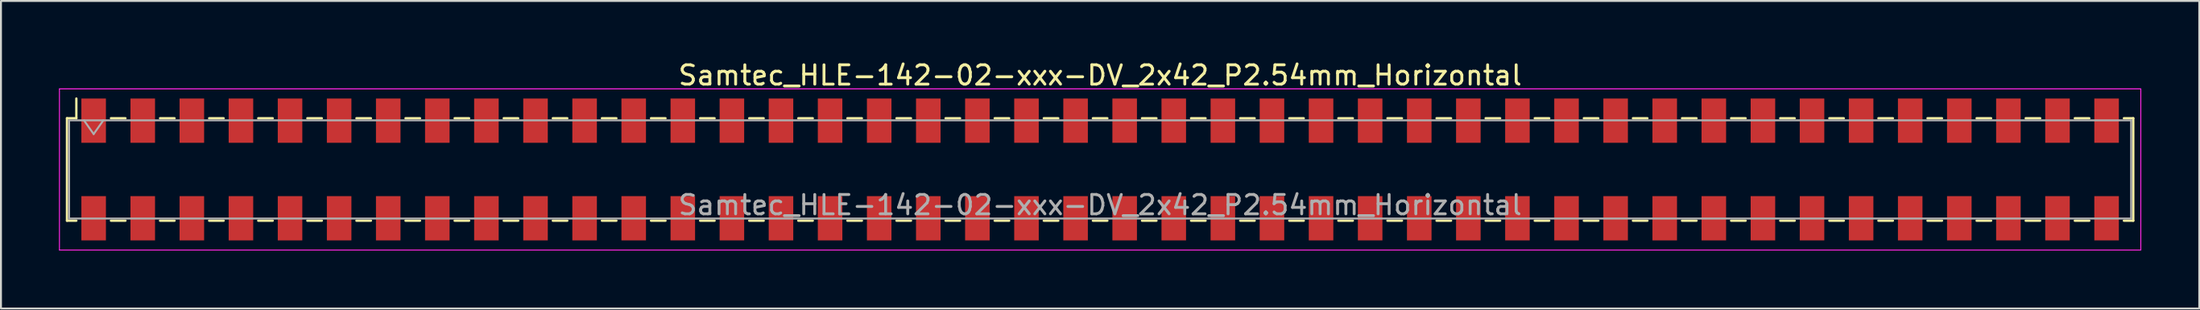
<source format=kicad_pcb>
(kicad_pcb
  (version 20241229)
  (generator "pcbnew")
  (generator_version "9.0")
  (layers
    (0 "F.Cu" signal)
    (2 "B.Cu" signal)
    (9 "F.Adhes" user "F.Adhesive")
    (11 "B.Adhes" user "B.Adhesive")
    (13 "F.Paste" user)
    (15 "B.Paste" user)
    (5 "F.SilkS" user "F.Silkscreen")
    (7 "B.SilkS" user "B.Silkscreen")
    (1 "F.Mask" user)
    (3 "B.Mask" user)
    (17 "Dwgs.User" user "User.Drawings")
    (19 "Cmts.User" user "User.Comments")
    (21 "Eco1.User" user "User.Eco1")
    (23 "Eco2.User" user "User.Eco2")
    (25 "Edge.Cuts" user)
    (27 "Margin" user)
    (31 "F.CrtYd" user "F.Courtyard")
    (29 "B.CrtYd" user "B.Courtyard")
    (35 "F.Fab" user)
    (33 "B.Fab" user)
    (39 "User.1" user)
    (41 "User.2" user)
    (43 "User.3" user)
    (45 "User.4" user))
  (footprint "Samtec_HLE-142-02-xxx-DV_2x42_P2.54mm_Horizontal"
    (layer "F.Cu")
    (at 53.865 5.718)
    (property "Reference" "Samtec_HLE-142-02-xxx-DV_2x42_P2.54mm_Horizontal" (at 0 -4.87 0) (layer "F.SilkS") (effects (font (size 1 1) (thickness 0.15))))
    (attr smd)
    (fp_line (start -53.45 -2.65) (end -53.45 2.65) (stroke (width 0.12) (type solid)) (layer "F.SilkS"))
    (fp_line (start -53.45 2.65) (end -52.965 2.65) (stroke (width 0.12) (type solid)) (layer "F.SilkS"))
    (fp_line (start -52.965 -3.67) (end -52.965 -2.65) (stroke (width 0.12) (type solid)) (layer "F.SilkS"))
    (fp_line (start -52.965 -2.65) (end -53.45 -2.65) (stroke (width 0.12) (type solid)) (layer "F.SilkS"))
    (fp_line (start -51.175 -2.65) (end -50.425 -2.65) (stroke (width 0.12) (type solid)) (layer "F.SilkS"))
    (fp_line (start -51.175 2.65) (end -50.425 2.65) (stroke (width 0.12) (type solid)) (layer "F.SilkS"))
    (fp_line (start -48.635 -2.65) (end -47.885 -2.65) (stroke (width 0.12) (type solid)) (layer "F.SilkS"))
    (fp_line (start -48.635 2.65) (end -47.885 2.65) (stroke (width 0.12) (type solid)) (layer "F.SilkS"))
    (fp_line (start -46.095 -2.65) (end -45.345 -2.65) (stroke (width 0.12) (type solid)) (layer "F.SilkS"))
    (fp_line (start -46.095 2.65) (end -45.345 2.65) (stroke (width 0.12) (type solid)) (layer "F.SilkS"))
    (fp_line (start -43.555 -2.65) (end -42.805 -2.65) (stroke (width 0.12) (type solid)) (layer "F.SilkS"))
    (fp_line (start -43.555 2.65) (end -42.805 2.65) (stroke (width 0.12) (type solid)) (layer "F.SilkS"))
    (fp_line (start -41.015 -2.65) (end -40.265 -2.65) (stroke (width 0.12) (type solid)) (layer "F.SilkS"))
    (fp_line (start -41.015 2.65) (end -40.265 2.65) (stroke (width 0.12) (type solid)) (layer "F.SilkS"))
    (fp_line (start -38.475 -2.65) (end -37.725 -2.65) (stroke (width 0.12) (type solid)) (layer "F.SilkS"))
    (fp_line (start -38.475 2.65) (end -37.725 2.65) (stroke (width 0.12) (type solid)) (layer "F.SilkS"))
    (fp_line (start -35.935 -2.65) (end -35.185 -2.65) (stroke (width 0.12) (type solid)) (layer "F.SilkS"))
    (fp_line (start -35.935 2.65) (end -35.185 2.65) (stroke (width 0.12) (type solid)) (layer "F.SilkS"))
    (fp_line (start -33.395 -2.65) (end -32.645 -2.65) (stroke (width 0.12) (type solid)) (layer "F.SilkS"))
    (fp_line (start -33.395 2.65) (end -32.645 2.65) (stroke (width 0.12) (type solid)) (layer "F.SilkS"))
    (fp_line (start -30.855 -2.65) (end -30.105 -2.65) (stroke (width 0.12) (type solid)) (layer "F.SilkS"))
    (fp_line (start -30.855 2.65) (end -30.105 2.65) (stroke (width 0.12) (type solid)) (layer "F.SilkS"))
    (fp_line (start -28.315 -2.65) (end -27.565 -2.65) (stroke (width 0.12) (type solid)) (layer "F.SilkS"))
    (fp_line (start -28.315 2.65) (end -27.565 2.65) (stroke (width 0.12) (type solid)) (layer "F.SilkS"))
    (fp_line (start -25.775 -2.65) (end -25.025 -2.65) (stroke (width 0.12) (type solid)) (layer "F.SilkS"))
    (fp_line (start -25.775 2.65) (end -25.025 2.65) (stroke (width 0.12) (type solid)) (layer "F.SilkS"))
    (fp_line (start -23.235 -2.65) (end -22.485 -2.65) (stroke (width 0.12) (type solid)) (layer "F.SilkS"))
    (fp_line (start -23.235 2.65) (end -22.485 2.65) (stroke (width 0.12) (type solid)) (layer "F.SilkS"))
    (fp_line (start -20.695 -2.65) (end -19.945 -2.65) (stroke (width 0.12) (type solid)) (layer "F.SilkS"))
    (fp_line (start -20.695 2.65) (end -19.945 2.65) (stroke (width 0.12) (type solid)) (layer "F.SilkS"))
    (fp_line (start -18.155 -2.65) (end -17.405 -2.65) (stroke (width 0.12) (type solid)) (layer "F.SilkS"))
    (fp_line (start -18.155 2.65) (end -17.405 2.65) (stroke (width 0.12) (type solid)) (layer "F.SilkS"))
    (fp_line (start -15.615 -2.65) (end -14.865 -2.65) (stroke (width 0.12) (type solid)) (layer "F.SilkS"))
    (fp_line (start -15.615 2.65) (end -14.865 2.65) (stroke (width 0.12) (type solid)) (layer "F.SilkS"))
    (fp_line (start -13.075 -2.65) (end -12.325 -2.65) (stroke (width 0.12) (type solid)) (layer "F.SilkS"))
    (fp_line (start -13.075 2.65) (end -12.325 2.65) (stroke (width 0.12) (type solid)) (layer "F.SilkS"))
    (fp_line (start -10.535 -2.65) (end -9.785 -2.65) (stroke (width 0.12) (type solid)) (layer "F.SilkS"))
    (fp_line (start -10.535 2.65) (end -9.785 2.65) (stroke (width 0.12) (type solid)) (layer "F.SilkS"))
    (fp_line (start -7.995 -2.65) (end -7.245 -2.65) (stroke (width 0.12) (type solid)) (layer "F.SilkS"))
    (fp_line (start -7.995 2.65) (end -7.245 2.65) (stroke (width 0.12) (type solid)) (layer "F.SilkS"))
    (fp_line (start -5.455 -2.65) (end -4.705 -2.65) (stroke (width 0.12) (type solid)) (layer "F.SilkS"))
    (fp_line (start -5.455 2.65) (end -4.705 2.65) (stroke (width 0.12) (type solid)) (layer "F.SilkS"))
    (fp_line (start -2.915 -2.65) (end -2.165 -2.65) (stroke (width 0.12) (type solid)) (layer "F.SilkS"))
    (fp_line (start -2.915 2.65) (end -2.165 2.65) (stroke (width 0.12) (type solid)) (layer "F.SilkS"))
    (fp_line (start -0.375 -2.65) (end 0.375 -2.65) (stroke (width 0.12) (type solid)) (layer "F.SilkS"))
    (fp_line (start -0.375 2.65) (end 0.375 2.65) (stroke (width 0.12) (type solid)) (layer "F.SilkS"))
    (fp_line (start 2.165 -2.65) (end 2.915 -2.65) (stroke (width 0.12) (type solid)) (layer "F.SilkS"))
    (fp_line (start 2.165 2.65) (end 2.915 2.65) (stroke (width 0.12) (type solid)) (layer "F.SilkS"))
    (fp_line (start 4.705 -2.65) (end 5.455 -2.65) (stroke (width 0.12) (type solid)) (layer "F.SilkS"))
    (fp_line (start 4.705 2.65) (end 5.455 2.65) (stroke (width 0.12) (type solid)) (layer "F.SilkS"))
    (fp_line (start 7.245 -2.65) (end 7.995 -2.65) (stroke (width 0.12) (type solid)) (layer "F.SilkS"))
    (fp_line (start 7.245 2.65) (end 7.995 2.65) (stroke (width 0.12) (type solid)) (layer "F.SilkS"))
    (fp_line (start 9.785 -2.65) (end 10.535 -2.65) (stroke (width 0.12) (type solid)) (layer "F.SilkS"))
    (fp_line (start 9.785 2.65) (end 10.535 2.65) (stroke (width 0.12) (type solid)) (layer "F.SilkS"))
    (fp_line (start 12.325 -2.65) (end 13.075 -2.65) (stroke (width 0.12) (type solid)) (layer "F.SilkS"))
    (fp_line (start 12.325 2.65) (end 13.075 2.65) (stroke (width 0.12) (type solid)) (layer "F.SilkS"))
    (fp_line (start 14.865 -2.65) (end 15.615 -2.65) (stroke (width 0.12) (type solid)) (layer "F.SilkS"))
    (fp_line (start 14.865 2.65) (end 15.615 2.65) (stroke (width 0.12) (type solid)) (layer "F.SilkS"))
    (fp_line (start 17.405 -2.65) (end 18.155 -2.65) (stroke (width 0.12) (type solid)) (layer "F.SilkS"))
    (fp_line (start 17.405 2.65) (end 18.155 2.65) (stroke (width 0.12) (type solid)) (layer "F.SilkS"))
    (fp_line (start 19.945 -2.65) (end 20.695 -2.65) (stroke (width 0.12) (type solid)) (layer "F.SilkS"))
    (fp_line (start 19.945 2.65) (end 20.695 2.65) (stroke (width 0.12) (type solid)) (layer "F.SilkS"))
    (fp_line (start 22.485 -2.65) (end 23.235 -2.65) (stroke (width 0.12) (type solid)) (layer "F.SilkS"))
    (fp_line (start 22.485 2.65) (end 23.235 2.65) (stroke (width 0.12) (type solid)) (layer "F.SilkS"))
    (fp_line (start 25.025 -2.65) (end 25.775 -2.65) (stroke (width 0.12) (type solid)) (layer "F.SilkS"))
    (fp_line (start 25.025 2.65) (end 25.775 2.65) (stroke (width 0.12) (type solid)) (layer "F.SilkS"))
    (fp_line (start 27.565 -2.65) (end 28.315 -2.65) (stroke (width 0.12) (type solid)) (layer "F.SilkS"))
    (fp_line (start 27.565 2.65) (end 28.315 2.65) (stroke (width 0.12) (type solid)) (layer "F.SilkS"))
    (fp_line (start 30.105 -2.65) (end 30.855 -2.65) (stroke (width 0.12) (type solid)) (layer "F.SilkS"))
    (fp_line (start 30.105 2.65) (end 30.855 2.65) (stroke (width 0.12) (type solid)) (layer "F.SilkS"))
    (fp_line (start 32.645 -2.65) (end 33.395 -2.65) (stroke (width 0.12) (type solid)) (layer "F.SilkS"))
    (fp_line (start 32.645 2.65) (end 33.395 2.65) (stroke (width 0.12) (type solid)) (layer "F.SilkS"))
    (fp_line (start 35.185 -2.65) (end 35.935 -2.65) (stroke (width 0.12) (type solid)) (layer "F.SilkS"))
    (fp_line (start 35.185 2.65) (end 35.935 2.65) (stroke (width 0.12) (type solid)) (layer "F.SilkS"))
    (fp_line (start 37.725 -2.65) (end 38.475 -2.65) (stroke (width 0.12) (type solid)) (layer "F.SilkS"))
    (fp_line (start 37.725 2.65) (end 38.475 2.65) (stroke (width 0.12) (type solid)) (layer "F.SilkS"))
    (fp_line (start 40.265 -2.65) (end 41.015 -2.65) (stroke (width 0.12) (type solid)) (layer "F.SilkS"))
    (fp_line (start 40.265 2.65) (end 41.015 2.65) (stroke (width 0.12) (type solid)) (layer "F.SilkS"))
    (fp_line (start 42.805 -2.65) (end 43.555 -2.65) (stroke (width 0.12) (type solid)) (layer "F.SilkS"))
    (fp_line (start 42.805 2.65) (end 43.555 2.65) (stroke (width 0.12) (type solid)) (layer "F.SilkS"))
    (fp_line (start 45.345 -2.65) (end 46.095 -2.65) (stroke (width 0.12) (type solid)) (layer "F.SilkS"))
    (fp_line (start 45.345 2.65) (end 46.095 2.65) (stroke (width 0.12) (type solid)) (layer "F.SilkS"))
    (fp_line (start 47.885 -2.65) (end 48.635 -2.65) (stroke (width 0.12) (type solid)) (layer "F.SilkS"))
    (fp_line (start 47.885 2.65) (end 48.635 2.65) (stroke (width 0.12) (type solid)) (layer "F.SilkS"))
    (fp_line (start 50.425 -2.65) (end 51.175 -2.65) (stroke (width 0.12) (type solid)) (layer "F.SilkS"))
    (fp_line (start 50.425 2.65) (end 51.175 2.65) (stroke (width 0.12) (type solid)) (layer "F.SilkS"))
    (fp_line (start 52.965 -2.65) (end 53.45 -2.65) (stroke (width 0.12) (type solid)) (layer "F.SilkS"))
    (fp_line (start 53.45 -2.65) (end 53.45 2.65) (stroke (width 0.12) (type solid)) (layer "F.SilkS"))
    (fp_line (start 53.45 2.65) (end 52.965 2.65) (stroke (width 0.12) (type solid)) (layer "F.SilkS"))
    (fp_line (start -53.84 -4.17) (end 53.84 -4.17) (stroke (width 0.05) (type solid)) (layer "F.CrtYd"))
    (fp_line (start -53.84 4.17) (end -53.84 -4.17) (stroke (width 0.05) (type solid)) (layer "F.CrtYd"))
    (fp_line (start 53.84 -4.17) (end 53.84 4.17) (stroke (width 0.05) (type solid)) (layer "F.CrtYd"))
    (fp_line (start 53.84 4.17) (end -53.84 4.17) (stroke (width 0.05) (type solid)) (layer "F.CrtYd"))
    (fp_line (start -53.34 -2.54) (end 53.34 -2.54) (stroke (width 0.1) (type solid)) (layer "F.Fab"))
    (fp_line (start -53.34 2.54) (end -53.34 -2.54) (stroke (width 0.1) (type solid)) (layer "F.Fab"))
    (fp_line (start -52.57 -2.54) (end -52.07 -1.833) (stroke (width 0.1) (type solid)) (layer "F.Fab"))
    (fp_line (start -52.07 -1.833) (end -51.57 -2.54) (stroke (width 0.1) (type solid)) (layer "F.Fab"))
    (fp_line (start 53.34 -2.54) (end 53.34 2.54) (stroke (width 0.1) (type solid)) (layer "F.Fab"))
    (fp_line (start 53.34 2.54) (end -53.34 2.54) (stroke (width 0.1) (type solid)) (layer "F.Fab"))
    (fp_text user "${REFERENCE}" (at 0 1.84 0) (layer "F.Fab") (effects (font (size 1 1) (thickness 0.15))))
    (pad "1" smd rect (at -52.07 -2.525) (size 1.27 2.29) (layers "F.Cu" "F.Mask" "F.Paste"))
    (pad "2" smd rect (at -52.07 2.525) (size 1.27 2.29) (layers "F.Cu" "F.Mask" "F.Paste"))
    (pad "3" smd rect (at -49.53 -2.525) (size 1.27 2.29) (layers "F.Cu" "F.Mask" "F.Paste"))
    (pad "4" smd rect (at -49.53 2.525) (size 1.27 2.29) (layers "F.Cu" "F.Mask" "F.Paste"))
    (pad "5" smd rect (at -46.99 -2.525) (size 1.27 2.29) (layers "F.Cu" "F.Mask" "F.Paste"))
    (pad "6" smd rect (at -46.99 2.525) (size 1.27 2.29) (layers "F.Cu" "F.Mask" "F.Paste"))
    (pad "7" smd rect (at -44.45 -2.525) (size 1.27 2.29) (layers "F.Cu" "F.Mask" "F.Paste"))
    (pad "8" smd rect (at -44.45 2.525) (size 1.27 2.29) (layers "F.Cu" "F.Mask" "F.Paste"))
    (pad "9" smd rect (at -41.91 -2.525) (size 1.27 2.29) (layers "F.Cu" "F.Mask" "F.Paste"))
    (pad "10" smd rect (at -41.91 2.525) (size 1.27 2.29) (layers "F.Cu" "F.Mask" "F.Paste"))
    (pad "11" smd rect (at -39.37 -2.525) (size 1.27 2.29) (layers "F.Cu" "F.Mask" "F.Paste"))
    (pad "12" smd rect (at -39.37 2.525) (size 1.27 2.29) (layers "F.Cu" "F.Mask" "F.Paste"))
    (pad "13" smd rect (at -36.83 -2.525) (size 1.27 2.29) (layers "F.Cu" "F.Mask" "F.Paste"))
    (pad "14" smd rect (at -36.83 2.525) (size 1.27 2.29) (layers "F.Cu" "F.Mask" "F.Paste"))
    (pad "15" smd rect (at -34.29 -2.525) (size 1.27 2.29) (layers "F.Cu" "F.Mask" "F.Paste"))
    (pad "16" smd rect (at -34.29 2.525) (size 1.27 2.29) (layers "F.Cu" "F.Mask" "F.Paste"))
    (pad "17" smd rect (at -31.75 -2.525) (size 1.27 2.29) (layers "F.Cu" "F.Mask" "F.Paste"))
    (pad "18" smd rect (at -31.75 2.525) (size 1.27 2.29) (layers "F.Cu" "F.Mask" "F.Paste"))
    (pad "19" smd rect (at -29.21 -2.525) (size 1.27 2.29) (layers "F.Cu" "F.Mask" "F.Paste"))
    (pad "20" smd rect (at -29.21 2.525) (size 1.27 2.29) (layers "F.Cu" "F.Mask" "F.Paste"))
    (pad "21" smd rect (at -26.67 -2.525) (size 1.27 2.29) (layers "F.Cu" "F.Mask" "F.Paste"))
    (pad "22" smd rect (at -26.67 2.525) (size 1.27 2.29) (layers "F.Cu" "F.Mask" "F.Paste"))
    (pad "23" smd rect (at -24.13 -2.525) (size 1.27 2.29) (layers "F.Cu" "F.Mask" "F.Paste"))
    (pad "24" smd rect (at -24.13 2.525) (size 1.27 2.29) (layers "F.Cu" "F.Mask" "F.Paste"))
    (pad "25" smd rect (at -21.59 -2.525) (size 1.27 2.29) (layers "F.Cu" "F.Mask" "F.Paste"))
    (pad "26" smd rect (at -21.59 2.525) (size 1.27 2.29) (layers "F.Cu" "F.Mask" "F.Paste"))
    (pad "27" smd rect (at -19.05 -2.525) (size 1.27 2.29) (layers "F.Cu" "F.Mask" "F.Paste"))
    (pad "28" smd rect (at -19.05 2.525) (size 1.27 2.29) (layers "F.Cu" "F.Mask" "F.Paste"))
    (pad "29" smd rect (at -16.51 -2.525) (size 1.27 2.29) (layers "F.Cu" "F.Mask" "F.Paste"))
    (pad "30" smd rect (at -16.51 2.525) (size 1.27 2.29) (layers "F.Cu" "F.Mask" "F.Paste"))
    (pad "31" smd rect (at -13.97 -2.525) (size 1.27 2.29) (layers "F.Cu" "F.Mask" "F.Paste"))
    (pad "32" smd rect (at -13.97 2.525) (size 1.27 2.29) (layers "F.Cu" "F.Mask" "F.Paste"))
    (pad "33" smd rect (at -11.43 -2.525) (size 1.27 2.29) (layers "F.Cu" "F.Mask" "F.Paste"))
    (pad "34" smd rect (at -11.43 2.525) (size 1.27 2.29) (layers "F.Cu" "F.Mask" "F.Paste"))
    (pad "35" smd rect (at -8.89 -2.525) (size 1.27 2.29) (layers "F.Cu" "F.Mask" "F.Paste"))
    (pad "36" smd rect (at -8.89 2.525) (size 1.27 2.29) (layers "F.Cu" "F.Mask" "F.Paste"))
    (pad "37" smd rect (at -6.35 -2.525) (size 1.27 2.29) (layers "F.Cu" "F.Mask" "F.Paste"))
    (pad "38" smd rect (at -6.35 2.525) (size 1.27 2.29) (layers "F.Cu" "F.Mask" "F.Paste"))
    (pad "39" smd rect (at -3.81 -2.525) (size 1.27 2.29) (layers "F.Cu" "F.Mask" "F.Paste"))
    (pad "40" smd rect (at -3.81 2.525) (size 1.27 2.29) (layers "F.Cu" "F.Mask" "F.Paste"))
    (pad "41" smd rect (at -1.27 -2.525) (size 1.27 2.29) (layers "F.Cu" "F.Mask" "F.Paste"))
    (pad "42" smd rect (at -1.27 2.525) (size 1.27 2.29) (layers "F.Cu" "F.Mask" "F.Paste"))
    (pad "43" smd rect (at 1.27 -2.525) (size 1.27 2.29) (layers "F.Cu" "F.Mask" "F.Paste"))
    (pad "44" smd rect (at 1.27 2.525) (size 1.27 2.29) (layers "F.Cu" "F.Mask" "F.Paste"))
    (pad "45" smd rect (at 3.81 -2.525) (size 1.27 2.29) (layers "F.Cu" "F.Mask" "F.Paste"))
    (pad "46" smd rect (at 3.81 2.525) (size 1.27 2.29) (layers "F.Cu" "F.Mask" "F.Paste"))
    (pad "47" smd rect (at 6.35 -2.525) (size 1.27 2.29) (layers "F.Cu" "F.Mask" "F.Paste"))
    (pad "48" smd rect (at 6.35 2.525) (size 1.27 2.29) (layers "F.Cu" "F.Mask" "F.Paste"))
    (pad "49" smd rect (at 8.89 -2.525) (size 1.27 2.29) (layers "F.Cu" "F.Mask" "F.Paste"))
    (pad "50" smd rect (at 8.89 2.525) (size 1.27 2.29) (layers "F.Cu" "F.Mask" "F.Paste"))
    (pad "51" smd rect (at 11.43 -2.525) (size 1.27 2.29) (layers "F.Cu" "F.Mask" "F.Paste"))
    (pad "52" smd rect (at 11.43 2.525) (size 1.27 2.29) (layers "F.Cu" "F.Mask" "F.Paste"))
    (pad "53" smd rect (at 13.97 -2.525) (size 1.27 2.29) (layers "F.Cu" "F.Mask" "F.Paste"))
    (pad "54" smd rect (at 13.97 2.525) (size 1.27 2.29) (layers "F.Cu" "F.Mask" "F.Paste"))
    (pad "55" smd rect (at 16.51 -2.525) (size 1.27 2.29) (layers "F.Cu" "F.Mask" "F.Paste"))
    (pad "56" smd rect (at 16.51 2.525) (size 1.27 2.29) (layers "F.Cu" "F.Mask" "F.Paste"))
    (pad "57" smd rect (at 19.05 -2.525) (size 1.27 2.29) (layers "F.Cu" "F.Mask" "F.Paste"))
    (pad "58" smd rect (at 19.05 2.525) (size 1.27 2.29) (layers "F.Cu" "F.Mask" "F.Paste"))
    (pad "59" smd rect (at 21.59 -2.525) (size 1.27 2.29) (layers "F.Cu" "F.Mask" "F.Paste"))
    (pad "60" smd rect (at 21.59 2.525) (size 1.27 2.29) (layers "F.Cu" "F.Mask" "F.Paste"))
    (pad "61" smd rect (at 24.13 -2.525) (size 1.27 2.29) (layers "F.Cu" "F.Mask" "F.Paste"))
    (pad "62" smd rect (at 24.13 2.525) (size 1.27 2.29) (layers "F.Cu" "F.Mask" "F.Paste"))
    (pad "63" smd rect (at 26.67 -2.525) (size 1.27 2.29) (layers "F.Cu" "F.Mask" "F.Paste"))
    (pad "64" smd rect (at 26.67 2.525) (size 1.27 2.29) (layers "F.Cu" "F.Mask" "F.Paste"))
    (pad "65" smd rect (at 29.21 -2.525) (size 1.27 2.29) (layers "F.Cu" "F.Mask" "F.Paste"))
    (pad "66" smd rect (at 29.21 2.525) (size 1.27 2.29) (layers "F.Cu" "F.Mask" "F.Paste"))
    (pad "67" smd rect (at 31.75 -2.525) (size 1.27 2.29) (layers "F.Cu" "F.Mask" "F.Paste"))
    (pad "68" smd rect (at 31.75 2.525) (size 1.27 2.29) (layers "F.Cu" "F.Mask" "F.Paste"))
    (pad "69" smd rect (at 34.29 -2.525) (size 1.27 2.29) (layers "F.Cu" "F.Mask" "F.Paste"))
    (pad "70" smd rect (at 34.29 2.525) (size 1.27 2.29) (layers "F.Cu" "F.Mask" "F.Paste"))
    (pad "71" smd rect (at 36.83 -2.525) (size 1.27 2.29) (layers "F.Cu" "F.Mask" "F.Paste"))
    (pad "72" smd rect (at 36.83 2.525) (size 1.27 2.29) (layers "F.Cu" "F.Mask" "F.Paste"))
    (pad "73" smd rect (at 39.37 -2.525) (size 1.27 2.29) (layers "F.Cu" "F.Mask" "F.Paste"))
    (pad "74" smd rect (at 39.37 2.525) (size 1.27 2.29) (layers "F.Cu" "F.Mask" "F.Paste"))
    (pad "75" smd rect (at 41.91 -2.525) (size 1.27 2.29) (layers "F.Cu" "F.Mask" "F.Paste"))
    (pad "76" smd rect (at 41.91 2.525) (size 1.27 2.29) (layers "F.Cu" "F.Mask" "F.Paste"))
    (pad "77" smd rect (at 44.45 -2.525) (size 1.27 2.29) (layers "F.Cu" "F.Mask" "F.Paste"))
    (pad "78" smd rect (at 44.45 2.525) (size 1.27 2.29) (layers "F.Cu" "F.Mask" "F.Paste"))
    (pad "79" smd rect (at 46.99 -2.525) (size 1.27 2.29) (layers "F.Cu" "F.Mask" "F.Paste"))
    (pad "80" smd rect (at 46.99 2.525) (size 1.27 2.29) (layers "F.Cu" "F.Mask" "F.Paste"))
    (pad "81" smd rect (at 49.53 -2.525) (size 1.27 2.29) (layers "F.Cu" "F.Mask" "F.Paste"))
    (pad "82" smd rect (at 49.53 2.525) (size 1.27 2.29) (layers "F.Cu" "F.Mask" "F.Paste"))
    (pad "83" smd rect (at 52.07 -2.525) (size 1.27 2.29) (layers "F.Cu" "F.Mask" "F.Paste"))
    (pad "84" smd rect (at 52.07 2.525) (size 1.27 2.29) (layers "F.Cu" "F.Mask" "F.Paste")))
  (gr_rect
    (start -3 -3)
    (end 110.73 12.913)
    (stroke (width 0.1) (type default))
    (fill no)
    (layer "Edge.Cuts")))
</source>
